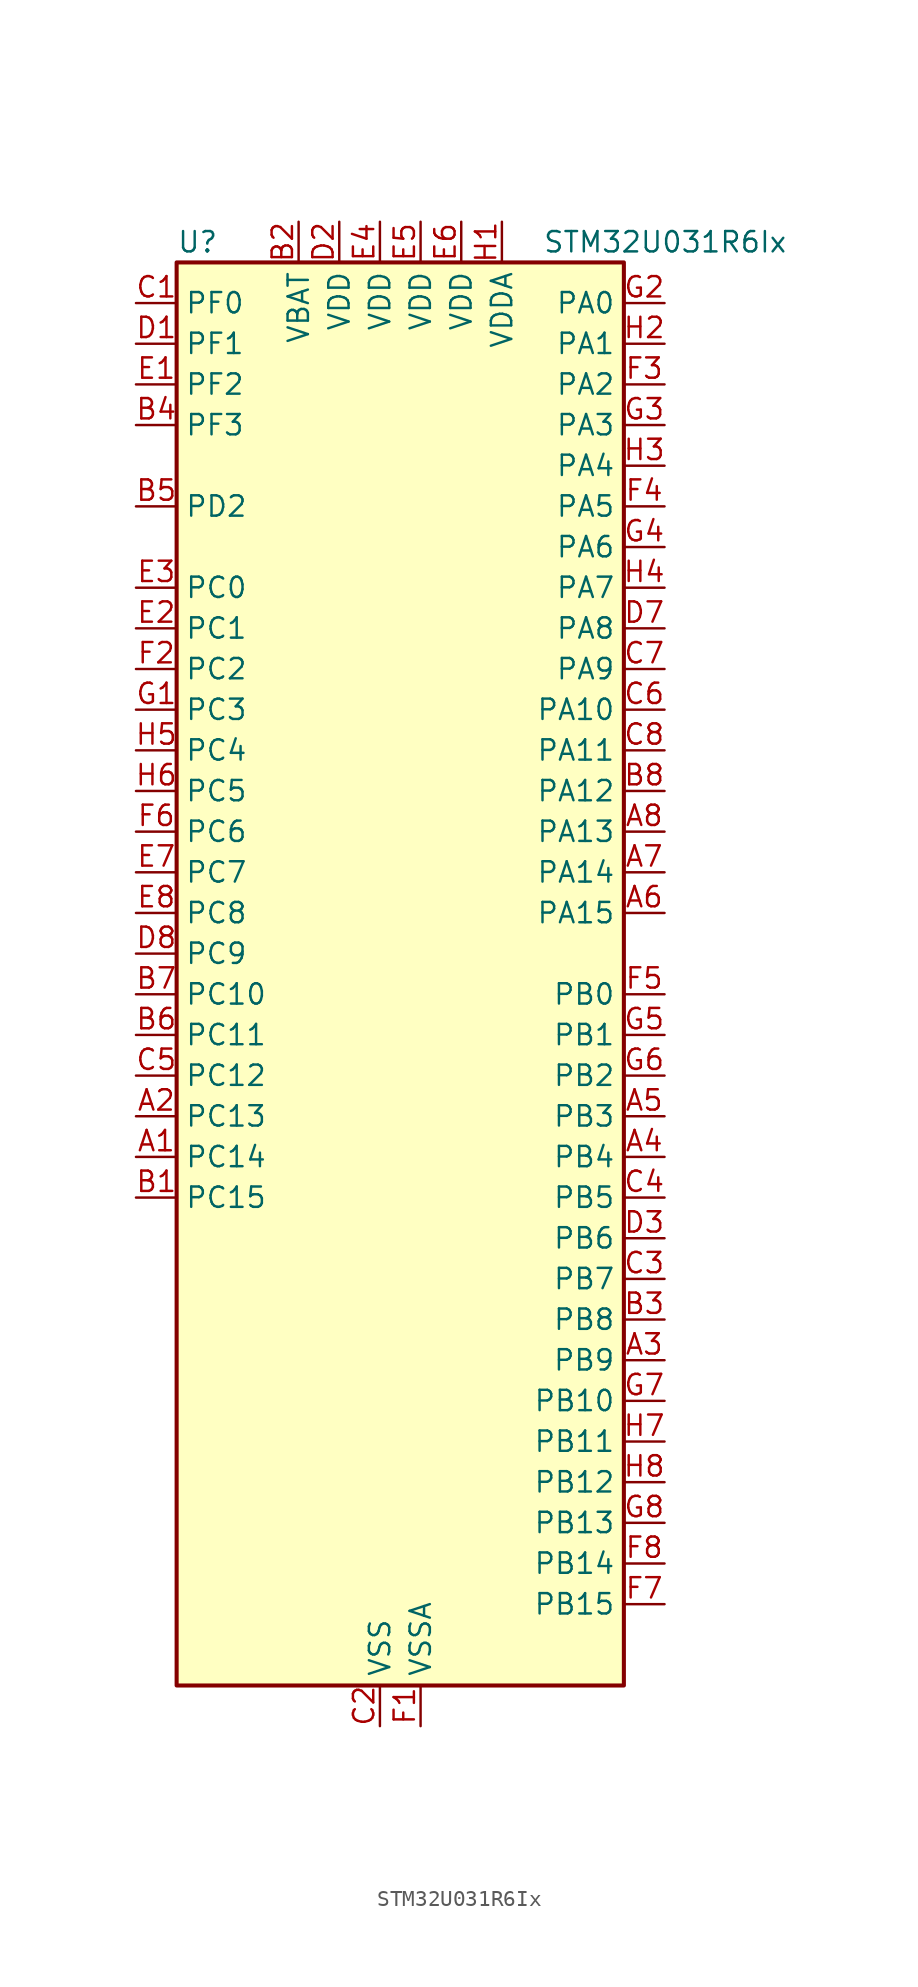
<source format=kicad_sym>
(kicad_symbol_lib
  (version 20231120)
  (generator "kicad_symbol_editor")
  (generator_version "8.99")
  (symbol "STM32U031R6Ix"
    (property "Reference" "U"
      (at -12.7 46.99 0)
      (effects (font (size 1.27 1.27)) (justify left)))
    (property "Value" "STM32U031R6Ix"
      (at 10.16 46.99 0)
      (effects (font (size 1.27 1.27)) (justify left)))
    (property "ki_locked" ""
      (at 0 0 0)
      (effects (font (size 1.27 1.27))))
    (symbol "STM32U031R6Ix_0_1"
      (rectangle (start -12.7 -43.18) (end 15.24 45.72) (stroke (width 0.254) (type default)) (fill (type background))))
    (symbol "STM32U031R6Ix_1_1"
      (pin bidirectional line (at -15.24 -10.16 0) (length 2.54) (name "PC14" (effects (font (size 1.27 1.27)))) (number "A1" (effects (font (size 1.27 1.27)))) (alternate "RCC_OSC32_IN" bidirectional line))
      (pin bidirectional line (at -15.24 -7.62 0) (length 2.54) (name "PC13" (effects (font (size 1.27 1.27)))) (number "A2" (effects (font (size 1.27 1.27)))) (alternate "LPTIM1_CH3" bidirectional line) (alternate "PWR_WKUP2" bidirectional line) (alternate "RTC_OUT1" bidirectional line) (alternate "RTC_TS" bidirectional line) (alternate "TAMP_IN1" bidirectional line))
      (pin bidirectional line (at 17.78 -22.86 180) (length 2.54) (name "PB9" (effects (font (size 1.27 1.27)))) (number "A3" (effects (font (size 1.27 1.27)))) (alternate "DAC1_EXTI9" bidirectional line) (alternate "I2C1_SDA" bidirectional line) (alternate "I2C2_SDA" bidirectional line) (alternate "IR_OUT" bidirectional line) (alternate "LPTIM1_CH4" bidirectional line) (alternate "SPI2_NSS" bidirectional line) (alternate "USART3_RX" bidirectional line))
      (pin bidirectional line (at 17.78 -10.16 180) (length 2.54) (name "PB4" (effects (font (size 1.27 1.27)))) (number "A4" (effects (font (size 1.27 1.27)))) (alternate "I2C2_SDA" bidirectional line) (alternate "I2C3_SDA" bidirectional line) (alternate "LPTIM1_CH4" bidirectional line) (alternate "SPI1_MISO" bidirectional line) (alternate "TIM3_CH1" bidirectional line) (alternate "TSC_G2_IO1" bidirectional line) (alternate "USART1_CTS" bidirectional line))
      (pin bidirectional line (at 17.78 -7.62 180) (length 2.54) (name "PB3" (effects (font (size 1.27 1.27)))) (number "A5" (effects (font (size 1.27 1.27)))) (alternate "DEBUG_JTDO-SWO" bidirectional line) (alternate "I2C2_SCL" bidirectional line) (alternate "I2C3_SCL" bidirectional line) (alternate "LPTIM1_CH3" bidirectional line) (alternate "SPI1_SCK" bidirectional line) (alternate "TIM2_CH2" bidirectional line) (alternate "USART1_DE" bidirectional line) (alternate "USART1_RTS" bidirectional line))
      (pin bidirectional line (at 17.78 5.08 180) (length 2.54) (name "PA15" (effects (font (size 1.27 1.27)))) (number "A6" (effects (font (size 1.27 1.27)))) (alternate "DEBUG_JTDI" bidirectional line) (alternate "SPI1_NSS" bidirectional line) (alternate "TIM2_CH1" bidirectional line) (alternate "TIM2_ETR" bidirectional line) (alternate "TSC_G3_IO1" bidirectional line) (alternate "USART2_RX" bidirectional line) (alternate "USART3_DE" bidirectional line) (alternate "USART3_RTS" bidirectional line) (alternate "USART4_DE" bidirectional line) (alternate "USART4_RTS" bidirectional line))
      (pin bidirectional line (at 17.78 7.62 180) (length 2.54) (name "PA14" (effects (font (size 1.27 1.27)))) (number "A7" (effects (font (size 1.27 1.27)))) (alternate "DEBUG_JTCK-SWCLK" bidirectional line) (alternate "LPTIM1_CH1" bidirectional line) (alternate "TSC_G3_IO4" bidirectional line))
      (pin bidirectional line (at 17.78 10.16 180) (length 2.54) (name "PA13" (effects (font (size 1.27 1.27)))) (number "A8" (effects (font (size 1.27 1.27)))) (alternate "DEBUG_JTMS-SWDIO" bidirectional line) (alternate "IR_OUT" bidirectional line) (alternate "TSC_G7_IO4" bidirectional line))
      (pin bidirectional line (at -15.24 -12.7 0) (length 2.54) (name "PC15" (effects (font (size 1.27 1.27)))) (number "B1" (effects (font (size 1.27 1.27)))) (alternate "RCC_OSC32_EN" bidirectional line) (alternate "RCC_OSC32_OUT" bidirectional line) (alternate "RCC_OSC_EN" bidirectional line))
      (pin power_in line (at -5.08 48.26 270) (length 2.54) (name "VBAT" (effects (font (size 1.27 1.27)))) (number "B2" (effects (font (size 1.27 1.27)))))
      (pin bidirectional line (at 17.78 -20.32 180) (length 2.54) (name "PB8" (effects (font (size 1.27 1.27)))) (number "B3" (effects (font (size 1.27 1.27)))) (alternate "I2C1_SCL" bidirectional line) (alternate "I2C2_SCL" bidirectional line) (alternate "LPTIM1_IN2" bidirectional line) (alternate "TIM16_CH1" bidirectional line) (alternate "USART3_TX" bidirectional line))
      (pin bidirectional line (at -15.24 35.56 0) (length 2.54) (name "PF3" (effects (font (size 1.27 1.27)))) (number "B4" (effects (font (size 1.27 1.27)))))
      (pin bidirectional line (at -15.24 30.48 0) (length 2.54) (name "PD2" (effects (font (size 1.27 1.27)))) (number "B5" (effects (font (size 1.27 1.27)))) (alternate "TIM3_ETR" bidirectional line) (alternate "TSC_SYNC" bidirectional line) (alternate "USART3_DE" bidirectional line) (alternate "USART3_RTS" bidirectional line))
      (pin bidirectional line (at -15.24 -2.54 0) (length 2.54) (name "PC11" (effects (font (size 1.27 1.27)))) (number "B6" (effects (font (size 1.27 1.27)))) (alternate "ADC1_EXTI11" bidirectional line) (alternate "TSC_G3_IO3" bidirectional line) (alternate "USART3_RX" bidirectional line) (alternate "USART4_RX" bidirectional line))
      (pin bidirectional line (at -15.24 0 0) (length 2.54) (name "PC10" (effects (font (size 1.27 1.27)))) (number "B7" (effects (font (size 1.27 1.27)))) (alternate "TSC_G3_IO2" bidirectional line) (alternate "USART3_TX" bidirectional line) (alternate "USART4_TX" bidirectional line))
      (pin bidirectional line (at 17.78 12.7 180) (length 2.54) (name "PA12" (effects (font (size 1.27 1.27)))) (number "B8" (effects (font (size 1.27 1.27)))) (alternate "SPI1_MOSI" bidirectional line) (alternate "SPI2_MOSI" bidirectional line) (alternate "TIM1_ETR" bidirectional line) (alternate "USART1_DE" bidirectional line) (alternate "USART1_RTS" bidirectional line))
      (pin bidirectional line (at -15.24 43.18 0) (length 2.54) (name "PF0" (effects (font (size 1.27 1.27)))) (number "C1" (effects (font (size 1.27 1.27)))) (alternate "RCC_OSC_IN" bidirectional line))
      (pin power_in line (at 0 -45.72 90) (length 2.54) (name "VSS" (effects (font (size 1.27 1.27)))) (number "C2" (effects (font (size 1.27 1.27)))))
      (pin bidirectional line (at 17.78 -17.78 180) (length 2.54) (name "PB7" (effects (font (size 1.27 1.27)))) (number "C3" (effects (font (size 1.27 1.27)))) (alternate "I2C1_SDA" bidirectional line) (alternate "I2C2_SDA" bidirectional line) (alternate "LPTIM1_IN2" bidirectional line) (alternate "LPUART2_RX" bidirectional line) (alternate "TSC_G2_IO4" bidirectional line) (alternate "USART1_RX" bidirectional line) (alternate "USART4_CTS" bidirectional line))
      (pin bidirectional line (at 17.78 -12.7 180) (length 2.54) (name "PB5" (effects (font (size 1.27 1.27)))) (number "C4" (effects (font (size 1.27 1.27)))) (alternate "LPTIM1_IN1" bidirectional line) (alternate "SPI1_MOSI" bidirectional line) (alternate "TIM16_BKIN" bidirectional line) (alternate "TIM3_CH2" bidirectional line) (alternate "TSC_G2_IO2" bidirectional line) (alternate "USART1_CK" bidirectional line))
      (pin bidirectional line (at -15.24 -5.08 0) (length 2.54) (name "PC12" (effects (font (size 1.27 1.27)))) (number "C5" (effects (font (size 1.27 1.27)))) (alternate "USART3_CK" bidirectional line) (alternate "USART4_CK" bidirectional line))
      (pin bidirectional line (at 17.78 17.78 180) (length 2.54) (name "PA10" (effects (font (size 1.27 1.27)))) (number "C6" (effects (font (size 1.27 1.27)))) (alternate "I2C1_SDA" bidirectional line) (alternate "I2C2_SDA" bidirectional line) (alternate "RCC_MCO2" bidirectional line) (alternate "SPI2_NSS" bidirectional line) (alternate "TIM1_CH3" bidirectional line) (alternate "TSC_G7_IO3" bidirectional line) (alternate "USART1_RX" bidirectional line))
      (pin bidirectional line (at 17.78 20.32 180) (length 2.54) (name "PA9" (effects (font (size 1.27 1.27)))) (number "C7" (effects (font (size 1.27 1.27)))) (alternate "COMP1_INP" bidirectional line) (alternate "DAC1_EXTI9" bidirectional line) (alternate "I2C1_SCL" bidirectional line) (alternate "I2C2_SCL" bidirectional line) (alternate "RCC_MCO" bidirectional line) (alternate "TIM15_BKIN" bidirectional line) (alternate "TIM1_CH2" bidirectional line) (alternate "TSC_G7_IO2" bidirectional line) (alternate "USART1_TX" bidirectional line))
      (pin bidirectional line (at 17.78 15.24 180) (length 2.54) (name "PA11" (effects (font (size 1.27 1.27)))) (number "C8" (effects (font (size 1.27 1.27)))) (alternate "ADC1_EXTI11" bidirectional line) (alternate "COMP1_OUT" bidirectional line) (alternate "SPI1_MISO" bidirectional line) (alternate "SPI2_MISO" bidirectional line) (alternate "TIM1_BKIN2" bidirectional line) (alternate "TIM1_CH4" bidirectional line) (alternate "USART1_CTS" bidirectional line))
      (pin bidirectional line (at -15.24 40.64 0) (length 2.54) (name "PF1" (effects (font (size 1.27 1.27)))) (number "D1" (effects (font (size 1.27 1.27)))) (alternate "RCC_OSC_EN" bidirectional line) (alternate "RCC_OSC_OUT" bidirectional line))
      (pin power_in line (at -2.54 48.26 270) (length 2.54) (name "VDD" (effects (font (size 1.27 1.27)))) (number "D2" (effects (font (size 1.27 1.27)))))
      (pin bidirectional line (at 17.78 -15.24 180) (length 2.54) (name "PB6" (effects (font (size 1.27 1.27)))) (number "D3" (effects (font (size 1.27 1.27)))) (alternate "I2C1_SCL" bidirectional line) (alternate "I2C2_SCL" bidirectional line) (alternate "LPTIM1_ETR" bidirectional line) (alternate "LPUART2_TX" bidirectional line) (alternate "TIM16_CH1N" bidirectional line) (alternate "TSC_G2_IO3" bidirectional line) (alternate "USART1_TX" bidirectional line))
      (pin passive line (at 0 -45.72 90) (length 2.54) hide (name "VSS" (effects (font (size 1.27 1.27)))) (number "D4" (effects (font (size 1.27 1.27)))))
      (pin passive line (at 0 -45.72 90) (length 2.54) hide (name "VSS" (effects (font (size 1.27 1.27)))) (number "D5" (effects (font (size 1.27 1.27)))))
      (pin passive line (at 0 -45.72 90) (length 2.54) hide (name "VSS" (effects (font (size 1.27 1.27)))) (number "D6" (effects (font (size 1.27 1.27)))))
      (pin bidirectional line (at 17.78 22.86 180) (length 2.54) (name "PA8" (effects (font (size 1.27 1.27)))) (number "D7" (effects (font (size 1.27 1.27)))) (alternate "LPTIM2_CH1" bidirectional line) (alternate "RCC_MCO" bidirectional line) (alternate "RCC_MCO2" bidirectional line) (alternate "TIM1_CH1" bidirectional line) (alternate "TSC_G7_IO1" bidirectional line) (alternate "USART1_CK" bidirectional line))
      (pin bidirectional line (at -15.24 2.54 0) (length 2.54) (name "PC9" (effects (font (size 1.27 1.27)))) (number "D8" (effects (font (size 1.27 1.27)))) (alternate "DAC1_EXTI9" bidirectional line) (alternate "TIM3_CH4" bidirectional line) (alternate "TSC_G4_IO4" bidirectional line))
      (pin bidirectional line (at -15.24 38.1 0) (length 2.54) (name "PF2" (effects (font (size 1.27 1.27)))) (number "E1" (effects (font (size 1.27 1.27)))) (alternate "RCC_MCO" bidirectional line))
      (pin bidirectional line (at -15.24 22.86 0) (length 2.54) (name "PC1" (effects (font (size 1.27 1.27)))) (number "E2" (effects (font (size 1.27 1.27)))) (alternate "ADC1_IN1" bidirectional line) (alternate "I2C3_SDA" bidirectional line) (alternate "LPTIM1_CH1" bidirectional line) (alternate "LPUART1_TX" bidirectional line) (alternate "LPUART2_RX" bidirectional line))
      (pin bidirectional line (at -15.24 25.4 0) (length 2.54) (name "PC0" (effects (font (size 1.27 1.27)))) (number "E3" (effects (font (size 1.27 1.27)))) (alternate "ADC1_IN0" bidirectional line) (alternate "I2C3_SCL" bidirectional line) (alternate "LPTIM1_IN1" bidirectional line) (alternate "LPTIM2_IN1" bidirectional line) (alternate "LPUART1_RX" bidirectional line) (alternate "LPUART2_TX" bidirectional line))
      (pin power_in line (at 0 48.26 270) (length 2.54) (name "VDD" (effects (font (size 1.27 1.27)))) (number "E4" (effects (font (size 1.27 1.27)))))
      (pin power_in line (at 2.54 48.26 270) (length 2.54) (name "VDD" (effects (font (size 1.27 1.27)))) (number "E5" (effects (font (size 1.27 1.27)))))
      (pin power_in line (at 5.08 48.26 270) (length 2.54) (name "VDD" (effects (font (size 1.27 1.27)))) (number "E6" (effects (font (size 1.27 1.27)))))
      (pin bidirectional line (at -15.24 7.62 0) (length 2.54) (name "PC7" (effects (font (size 1.27 1.27)))) (number "E7" (effects (font (size 1.27 1.27)))) (alternate "LPTIM2_CH2" bidirectional line) (alternate "LPUART2_RX" bidirectional line) (alternate "TIM3_CH2" bidirectional line) (alternate "TSC_G4_IO2" bidirectional line))
      (pin bidirectional line (at -15.24 5.08 0) (length 2.54) (name "PC8" (effects (font (size 1.27 1.27)))) (number "E8" (effects (font (size 1.27 1.27)))) (alternate "TIM3_CH3" bidirectional line) (alternate "TSC_G4_IO3" bidirectional line))
      (pin power_in line (at 2.54 -45.72 90) (length 2.54) (name "VSSA" (effects (font (size 1.27 1.27)))) (number "F1" (effects (font (size 1.27 1.27)))))
      (pin bidirectional line (at -15.24 20.32 0) (length 2.54) (name "PC2" (effects (font (size 1.27 1.27)))) (number "F2" (effects (font (size 1.27 1.27)))) (alternate "ADC1_IN2" bidirectional line) (alternate "LPTIM1_IN2" bidirectional line) (alternate "RCC_MCO2" bidirectional line) (alternate "SPI2_MISO" bidirectional line))
      (pin bidirectional line (at 17.78 38.1 180) (length 2.54) (name "PA2" (effects (font (size 1.27 1.27)))) (number "F3" (effects (font (size 1.27 1.27)))) (alternate "ADC1_IN6" bidirectional line) (alternate "LPUART1_TX" bidirectional line) (alternate "PWR_WKUP4" bidirectional line) (alternate "RCC_LSCO" bidirectional line) (alternate "TIM15_CH1" bidirectional line) (alternate "TIM2_CH3" bidirectional line) (alternate "USART2_TX" bidirectional line))
      (pin bidirectional line (at 17.78 30.48 180) (length 2.54) (name "PA5" (effects (font (size 1.27 1.27)))) (number "F4" (effects (font (size 1.27 1.27)))) (alternate "ADC1_IN9" bidirectional line) (alternate "COMP1_INM" bidirectional line) (alternate "LPTIM2_ETR" bidirectional line) (alternate "SPI1_SCK" bidirectional line) (alternate "TIM2_CH1" bidirectional line) (alternate "TIM2_ETR" bidirectional line) (alternate "USART3_TX" bidirectional line))
      (pin bidirectional line (at 17.78 0 180) (length 2.54) (name "PB0" (effects (font (size 1.27 1.27)))) (number "F5" (effects (font (size 1.27 1.27)))) (alternate "ADC1_IN17" bidirectional line) (alternate "COMP1_OUT" bidirectional line) (alternate "LPUART2_CTS" bidirectional line) (alternate "SPI1_NSS" bidirectional line) (alternate "TIM1_CH2N" bidirectional line) (alternate "TIM3_CH3" bidirectional line) (alternate "TSC_G5_IO2" bidirectional line) (alternate "USART3_CK" bidirectional line))
      (pin bidirectional line (at -15.24 10.16 0) (length 2.54) (name "PC6" (effects (font (size 1.27 1.27)))) (number "F6" (effects (font (size 1.27 1.27)))) (alternate "COMP1_INP" bidirectional line) (alternate "LPUART2_TX" bidirectional line) (alternate "TIM3_CH1" bidirectional line) (alternate "TSC_G4_IO1" bidirectional line))
      (pin bidirectional line (at 17.78 -38.1 180) (length 2.54) (name "PB15" (effects (font (size 1.27 1.27)))) (number "F7" (effects (font (size 1.27 1.27)))) (alternate "PWR_WKUP7" bidirectional line) (alternate "RTC_REFIN" bidirectional line) (alternate "SPI2_MOSI" bidirectional line) (alternate "TAMP_IN3" bidirectional line) (alternate "TIM15_CH2" bidirectional line) (alternate "TIM1_CH3N" bidirectional line) (alternate "TSC_G1_IO4" bidirectional line))
      (pin bidirectional line (at 17.78 -35.56 180) (length 2.54) (name "PB14" (effects (font (size 1.27 1.27)))) (number "F8" (effects (font (size 1.27 1.27)))) (alternate "I2C2_SDA" bidirectional line) (alternate "SPI2_MISO" bidirectional line) (alternate "TIM15_CH1" bidirectional line) (alternate "TIM1_CH2N" bidirectional line) (alternate "TSC_G1_IO3" bidirectional line) (alternate "USART3_DE" bidirectional line) (alternate "USART3_RTS" bidirectional line))
      (pin bidirectional line (at -15.24 17.78 0) (length 2.54) (name "PC3" (effects (font (size 1.27 1.27)))) (number "G1" (effects (font (size 1.27 1.27)))) (alternate "ADC1_IN3" bidirectional line) (alternate "LPTIM1_ETR" bidirectional line) (alternate "LPTIM2_ETR" bidirectional line) (alternate "SPI2_MOSI" bidirectional line) (alternate "USART4_CK" bidirectional line))
      (pin bidirectional line (at 17.78 43.18 180) (length 2.54) (name "PA0" (effects (font (size 1.27 1.27)))) (number "G2" (effects (font (size 1.27 1.27)))) (alternate "ADC1_IN4" bidirectional line) (alternate "COMP1_INM" bidirectional line) (alternate "COMP1_OUT" bidirectional line) (alternate "OPAMP1_VINP" bidirectional line) (alternate "PWR_WKUP1" bidirectional line) (alternate "TAMP_IN2" bidirectional line) (alternate "TIM2_CH1" bidirectional line) (alternate "TIM2_ETR" bidirectional line) (alternate "USART2_CTS" bidirectional line) (alternate "USART4_TX" bidirectional line))
      (pin bidirectional line (at 17.78 35.56 180) (length 2.54) (name "PA3" (effects (font (size 1.27 1.27)))) (number "G3" (effects (font (size 1.27 1.27)))) (alternate "ADC1_IN7" bidirectional line) (alternate "LPUART1_RX" bidirectional line) (alternate "OPAMP1_VOUT" bidirectional line) (alternate "TIM15_CH2" bidirectional line) (alternate "TIM2_CH4" bidirectional line) (alternate "USART2_RX" bidirectional line))
      (pin bidirectional line (at 17.78 27.94 180) (length 2.54) (name "PA6" (effects (font (size 1.27 1.27)))) (number "G4" (effects (font (size 1.27 1.27)))) (alternate "ADC1_IN10" bidirectional line) (alternate "COMP1_OUT" bidirectional line) (alternate "I2C2_SDA" bidirectional line) (alternate "I2C3_SDA" bidirectional line) (alternate "LPUART1_CTS" bidirectional line) (alternate "SPI1_MISO" bidirectional line) (alternate "TIM16_CH1" bidirectional line) (alternate "TIM1_BKIN" bidirectional line) (alternate "TIM3_CH1" bidirectional line) (alternate "TSC_G5_IO1" bidirectional line) (alternate "USART3_CTS" bidirectional line))
      (pin bidirectional line (at 17.78 -2.54 180) (length 2.54) (name "PB1" (effects (font (size 1.27 1.27)))) (number "G5" (effects (font (size 1.27 1.27)))) (alternate "ADC1_IN18" bidirectional line) (alternate "COMP1_INM" bidirectional line) (alternate "LPTIM2_IN1" bidirectional line) (alternate "LPUART1_DE" bidirectional line) (alternate "LPUART1_RTS" bidirectional line) (alternate "LPUART2_DE" bidirectional line) (alternate "LPUART2_RTS" bidirectional line) (alternate "TIM1_CH3N" bidirectional line) (alternate "TIM3_CH4" bidirectional line) (alternate "TSC_SYNC" bidirectional line) (alternate "USART3_DE" bidirectional line) (alternate "USART3_RTS" bidirectional line))
      (pin bidirectional line (at 17.78 -5.08 180) (length 2.54) (name "PB2" (effects (font (size 1.27 1.27)))) (number "G6" (effects (font (size 1.27 1.27)))) (alternate "COMP1_INP" bidirectional line) (alternate "LPTIM1_CH1" bidirectional line) (alternate "RTC_OUT2" bidirectional line))
      (pin bidirectional line (at 17.78 -25.4 180) (length 2.54) (name "PB10" (effects (font (size 1.27 1.27)))) (number "G7" (effects (font (size 1.27 1.27)))) (alternate "COMP1_OUT" bidirectional line) (alternate "I2C2_SCL" bidirectional line) (alternate "LPUART1_RX" bidirectional line) (alternate "LPUART2_RX" bidirectional line) (alternate "SPI2_SCK" bidirectional line) (alternate "TIM2_CH3" bidirectional line) (alternate "TSC_G5_IO3" bidirectional line) (alternate "USART3_TX" bidirectional line))
      (pin bidirectional line (at 17.78 -33.02 180) (length 2.54) (name "PB13" (effects (font (size 1.27 1.27)))) (number "G8" (effects (font (size 1.27 1.27)))) (alternate "I2C2_SCL" bidirectional line) (alternate "LPUART1_CTS" bidirectional line) (alternate "SPI2_SCK" bidirectional line) (alternate "TIM15_CH1N" bidirectional line) (alternate "TIM1_CH1N" bidirectional line) (alternate "TSC_G1_IO2" bidirectional line) (alternate "USART3_CTS" bidirectional line))
      (pin power_in line (at 7.62 48.26 270) (length 2.54) (name "VDDA" (effects (font (size 1.27 1.27)))) (number "H1" (effects (font (size 1.27 1.27)))))
      (pin bidirectional line (at 17.78 40.64 180) (length 2.54) (name "PA1" (effects (font (size 1.27 1.27)))) (number "H2" (effects (font (size 1.27 1.27)))) (alternate "ADC1_IN5" bidirectional line) (alternate "COMP1_INP" bidirectional line) (alternate "LPTIM1_CH2" bidirectional line) (alternate "OPAMP1_VINM" bidirectional line) (alternate "PWR_WKUP3" bidirectional line) (alternate "SPI1_SCK" bidirectional line) (alternate "SPI2_SCK" bidirectional line) (alternate "TAMP_IN5" bidirectional line) (alternate "TIM15_CH1N" bidirectional line) (alternate "TIM2_CH2" bidirectional line) (alternate "USART2_DE" bidirectional line) (alternate "USART2_RTS" bidirectional line) (alternate "USART4_RX" bidirectional line))
      (pin bidirectional line (at 17.78 33.02 180) (length 2.54) (name "PA4" (effects (font (size 1.27 1.27)))) (number "H3" (effects (font (size 1.27 1.27)))) (alternate "ADC1_IN8" bidirectional line) (alternate "COMP1_INM" bidirectional line) (alternate "DAC1_OUT1" bidirectional line) (alternate "LPTIM2_CH1" bidirectional line) (alternate "SPI1_NSS" bidirectional line) (alternate "USART2_CK" bidirectional line))
      (pin bidirectional line (at 17.78 25.4 180) (length 2.54) (name "PA7" (effects (font (size 1.27 1.27)))) (number "H4" (effects (font (size 1.27 1.27)))) (alternate "ADC1_IN14" bidirectional line) (alternate "I2C2_SCL" bidirectional line) (alternate "I2C3_SCL" bidirectional line) (alternate "LPTIM2_CH2" bidirectional line) (alternate "SPI1_MOSI" bidirectional line) (alternate "TIM1_CH1N" bidirectional line) (alternate "TIM3_CH2" bidirectional line) (alternate "USART3_RX" bidirectional line))
      (pin bidirectional line (at -15.24 15.24 0) (length 2.54) (name "PC4" (effects (font (size 1.27 1.27)))) (number "H5" (effects (font (size 1.27 1.27)))) (alternate "ADC1_IN15" bidirectional line) (alternate "COMP1_INM" bidirectional line) (alternate "USART3_TX" bidirectional line))
      (pin bidirectional line (at -15.24 12.7 0) (length 2.54) (name "PC5" (effects (font (size 1.27 1.27)))) (number "H6" (effects (font (size 1.27 1.27)))) (alternate "ADC1_IN16" bidirectional line) (alternate "COMP1_INP" bidirectional line) (alternate "PWR_WKUP5" bidirectional line) (alternate "TAMP_IN4" bidirectional line) (alternate "USART3_RX" bidirectional line))
      (pin bidirectional line (at 17.78 -27.94 180) (length 2.54) (name "PB11" (effects (font (size 1.27 1.27)))) (number "H7" (effects (font (size 1.27 1.27)))) (alternate "ADC1_EXTI11" bidirectional line) (alternate "I2C2_SDA" bidirectional line) (alternate "LPUART1_TX" bidirectional line) (alternate "LPUART2_TX" bidirectional line) (alternate "TIM2_CH4" bidirectional line) (alternate "TSC_G5_IO4" bidirectional line) (alternate "USART3_RX" bidirectional line))
      (pin bidirectional line (at 17.78 -30.48 180) (length 2.54) (name "PB12" (effects (font (size 1.27 1.27)))) (number "H8" (effects (font (size 1.27 1.27)))) (alternate "LPUART1_DE" bidirectional line) (alternate "LPUART1_RTS" bidirectional line) (alternate "SPI2_NSS" bidirectional line) (alternate "TIM15_BKIN" bidirectional line) (alternate "TIM1_BKIN" bidirectional line) (alternate "TSC_G1_IO1" bidirectional line) (alternate "USART3_CK" bidirectional line)))))
</source>
